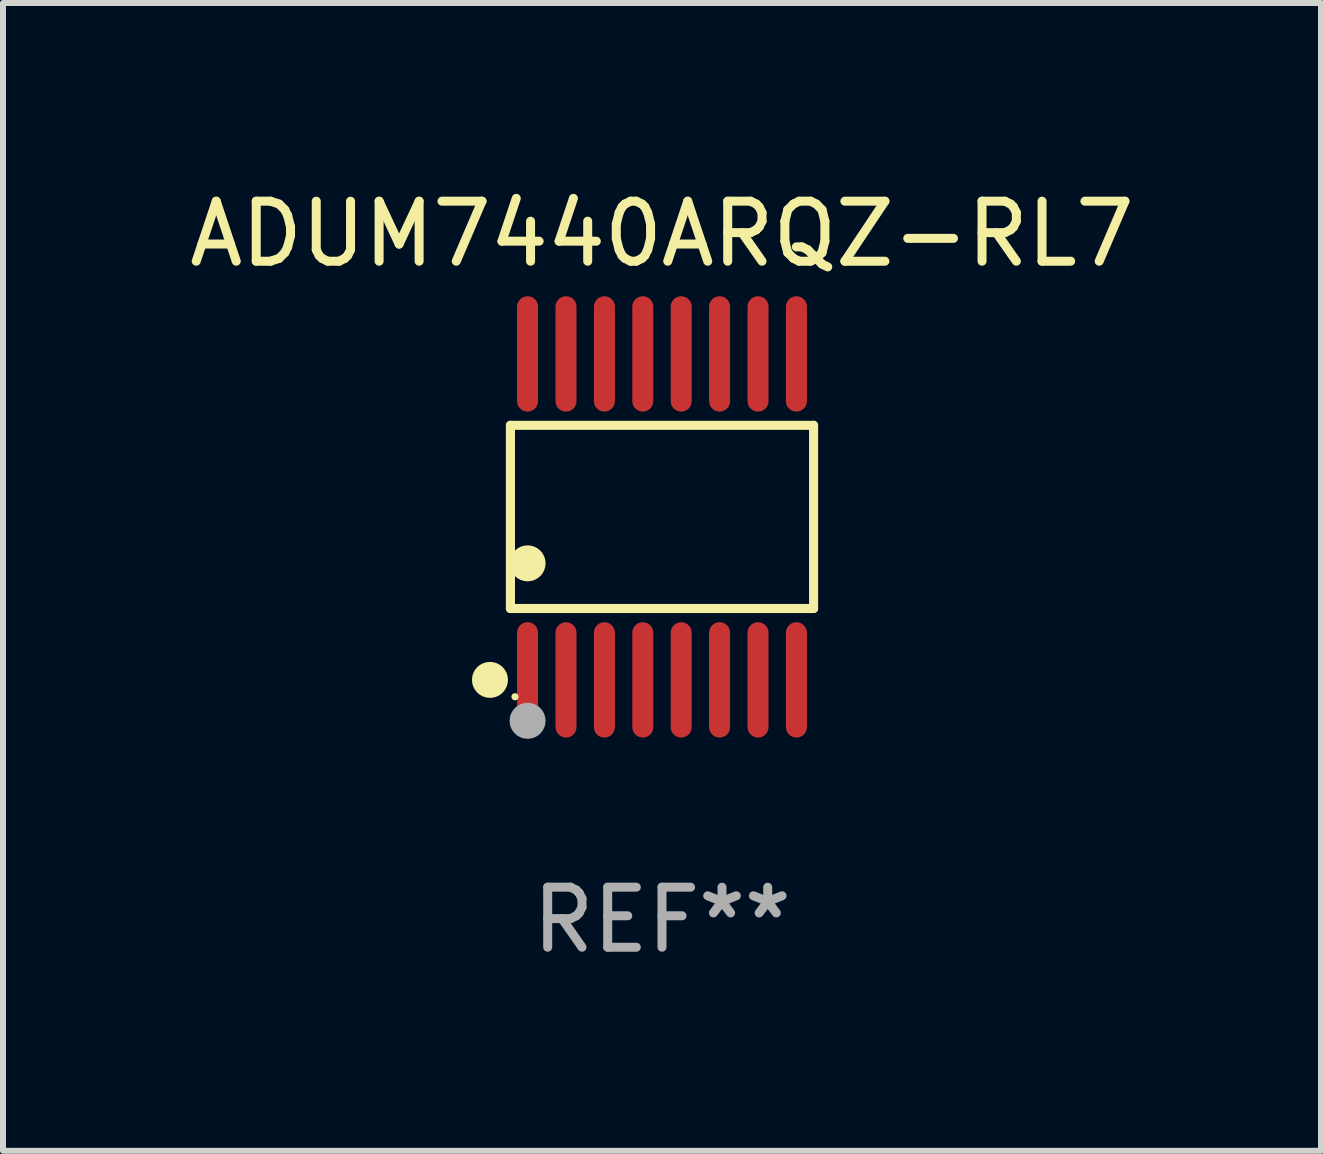
<source format=kicad_pcb>
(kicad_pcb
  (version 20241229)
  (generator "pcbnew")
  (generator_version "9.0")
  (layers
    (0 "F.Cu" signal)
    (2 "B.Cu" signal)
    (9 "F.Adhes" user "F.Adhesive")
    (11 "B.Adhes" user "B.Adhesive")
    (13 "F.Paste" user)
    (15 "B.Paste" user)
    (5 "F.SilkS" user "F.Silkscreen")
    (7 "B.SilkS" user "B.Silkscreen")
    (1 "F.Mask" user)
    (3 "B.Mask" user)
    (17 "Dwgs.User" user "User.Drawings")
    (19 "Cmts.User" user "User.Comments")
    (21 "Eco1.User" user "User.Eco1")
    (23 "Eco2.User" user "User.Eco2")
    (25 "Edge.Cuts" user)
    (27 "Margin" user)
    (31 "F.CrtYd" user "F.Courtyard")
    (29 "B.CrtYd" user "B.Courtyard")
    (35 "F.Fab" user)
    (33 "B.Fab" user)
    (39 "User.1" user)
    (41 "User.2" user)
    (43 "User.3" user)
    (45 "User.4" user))
  (footprint "ADUM7440ARQZ-RL7"
    (layer "F.Cu")
    (at 7.982 5.564)
    (property "Reference" "ADUM7440ARQZ-RL7" (at 0 -4.716 0) (layer "F.SilkS") (effects (font (size 1 1) (thickness 0.15))))
    (attr through_hole)
    (fp_line (start -2.526 -1.526) (end 2.526 -1.526) (stroke (width 0.152) (type solid)) (layer "F.SilkS"))
    (fp_line (start -2.526 1.526) (end -2.526 -1.526) (stroke (width 0.152) (type solid)) (layer "F.SilkS"))
    (fp_line (start 2.526 -1.526) (end 2.526 1.526) (stroke (width 0.152) (type solid)) (layer "F.SilkS"))
    (fp_line (start 2.526 1.526) (end -2.526 1.526) (stroke (width 0.152) (type solid)) (layer "F.SilkS"))
    (fp_circle (center -2.867 2.716) (end -2.717 2.716) (stroke (width 0.3) (type solid)) (fill no) (layer "F.SilkS"))
    (fp_circle (center -2.45 2.997) (end -2.42 2.997) (stroke (width 0.06) (type solid)) (fill no) (layer "F.SilkS"))
    (fp_circle (center -2.24 0.774) (end -2.09 0.774) (stroke (width 0.3) (type solid)) (fill no) (layer "F.SilkS"))
    (fp_circle (center -2.24 3.398) (end -2.09 3.398) (stroke (width 0.3) (type solid)) (fill no) (layer "F.Fab"))
    (fp_text user "REF**" (at 0 6.716 0) (layer "F.Fab") (effects (font (size 1 1) (thickness 0.15))))
    (pad "1" smd oval (at -2.24 2.716) (size 0.35 1.922) (layers "F.Cu" "F.Mask" "F.Paste"))
    (pad "2" smd oval (at -1.6 2.716) (size 0.35 1.922) (layers "F.Cu" "F.Mask" "F.Paste"))
    (pad "3" smd oval (at -0.96 2.716) (size 0.35 1.922) (layers "F.Cu" "F.Mask" "F.Paste"))
    (pad "4" smd oval (at -0.32 2.716) (size 0.35 1.922) (layers "F.Cu" "F.Mask" "F.Paste"))
    (pad "5" smd oval (at 0.32 2.716) (size 0.35 1.922) (layers "F.Cu" "F.Mask" "F.Paste"))
    (pad "6" smd oval (at 0.96 2.716) (size 0.35 1.922) (layers "F.Cu" "F.Mask" "F.Paste"))
    (pad "7" smd oval (at 1.6 2.716) (size 0.35 1.922) (layers "F.Cu" "F.Mask" "F.Paste"))
    (pad "8" smd oval (at 2.24 2.716) (size 0.35 1.922) (layers "F.Cu" "F.Mask" "F.Paste"))
    (pad "9" smd oval (at 2.24 -2.716) (size 0.35 1.922) (layers "F.Cu" "F.Mask" "F.Paste"))
    (pad "10" smd oval (at 1.6 -2.716) (size 0.35 1.922) (layers "F.Cu" "F.Mask" "F.Paste"))
    (pad "11" smd oval (at 0.96 -2.716) (size 0.35 1.922) (layers "F.Cu" "F.Mask" "F.Paste"))
    (pad "12" smd oval (at 0.32 -2.716) (size 0.35 1.922) (layers "F.Cu" "F.Mask" "F.Paste"))
    (pad "13" smd oval (at -0.32 -2.716) (size 0.35 1.922) (layers "F.Cu" "F.Mask" "F.Paste"))
    (pad "14" smd oval (at -0.96 -2.716) (size 0.35 1.922) (layers "F.Cu" "F.Mask" "F.Paste"))
    (pad "15" smd oval (at -1.6 -2.716) (size 0.35 1.922) (layers "F.Cu" "F.Mask" "F.Paste"))
    (pad "16" smd oval (at -2.24 -2.716) (size 0.35 1.922) (layers "F.Cu" "F.Mask" "F.Paste")))
  (gr_rect
    (start -3 -3)
    (end 18.964 16.128)
    (stroke (width 0.1) (type default))
    (fill no)
    (layer "Edge.Cuts")))
</source>
